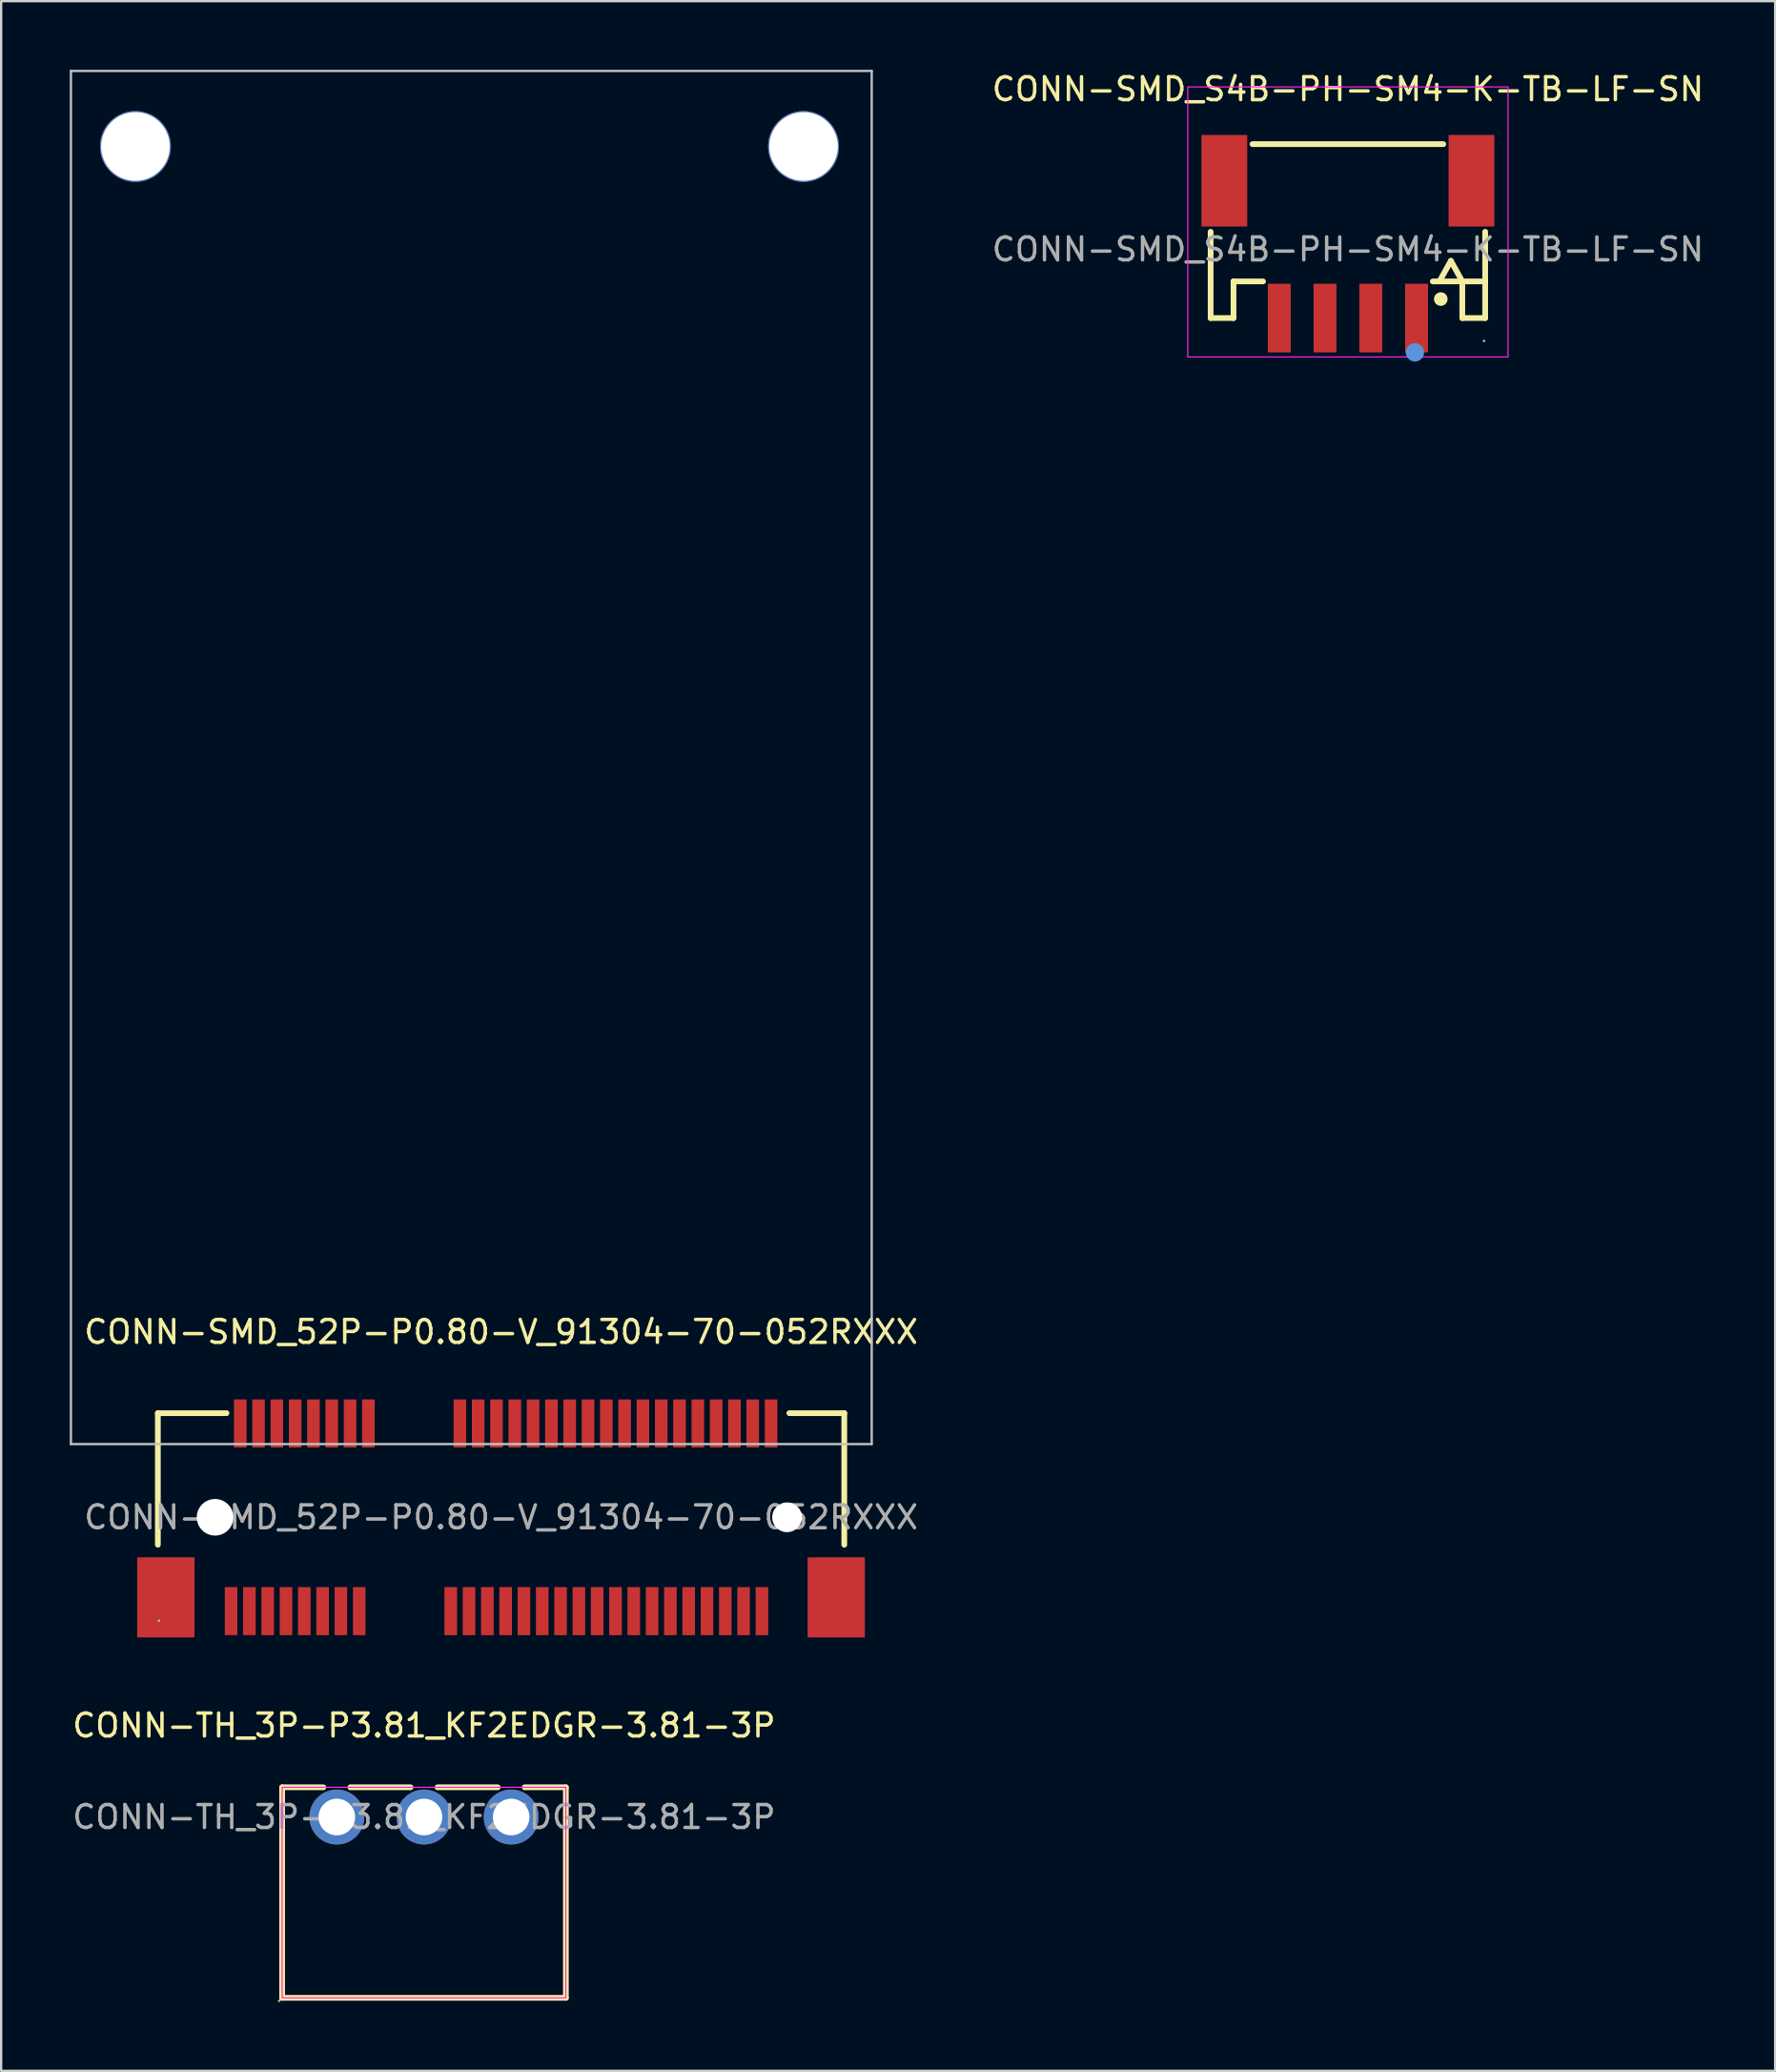
<source format=kicad_pcb>
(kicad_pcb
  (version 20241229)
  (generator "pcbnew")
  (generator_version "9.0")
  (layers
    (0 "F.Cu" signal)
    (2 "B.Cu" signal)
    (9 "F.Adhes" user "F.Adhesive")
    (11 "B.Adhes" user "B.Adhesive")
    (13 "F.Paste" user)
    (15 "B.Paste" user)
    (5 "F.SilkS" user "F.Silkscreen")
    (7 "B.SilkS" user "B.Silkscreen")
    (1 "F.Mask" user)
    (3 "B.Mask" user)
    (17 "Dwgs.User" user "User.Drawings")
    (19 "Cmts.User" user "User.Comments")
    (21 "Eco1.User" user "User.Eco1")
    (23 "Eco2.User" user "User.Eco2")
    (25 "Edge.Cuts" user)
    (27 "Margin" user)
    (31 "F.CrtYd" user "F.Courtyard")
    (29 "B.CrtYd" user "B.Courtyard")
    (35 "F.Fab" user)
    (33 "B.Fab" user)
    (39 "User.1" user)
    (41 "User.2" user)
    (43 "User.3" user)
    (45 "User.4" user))
  (footprint "CONN-SMD_S4B-PH-SM4-K-TB-LF-SN"
    (layer "F.Cu")
    (at 55.862 7.848)
    (property "Reference" "CONN-SMD_S4B-PH-SM4-K-TB-LF-SN" (at 0 -7 0) (layer "F.SilkS") (effects (font (size 1 1) (thickness 0.15))))
    (attr smd)
    (fp_line (start -6 1.4) (end -6 -0.77) (stroke (width 0.25) (type solid)) (layer "F.SilkS"))
    (fp_line (start -6 1.4) (end -6 1.4) (stroke (width 0.25) (type solid)) (layer "F.SilkS"))
    (fp_line (start -6 3) (end -6 1.4) (stroke (width 0.25) (type solid)) (layer "F.SilkS"))
    (fp_line (start -5 1.4) (end -5 1.4) (stroke (width 0.25) (type solid)) (layer "F.SilkS"))
    (fp_line (start -5 1.4) (end -5 3) (stroke (width 0.25) (type solid)) (layer "F.SilkS"))
    (fp_line (start -5 3) (end -6 3) (stroke (width 0.25) (type solid)) (layer "F.SilkS"))
    (fp_line (start -4.17 -4.6) (end 4.17 -4.6) (stroke (width 0.25) (type solid)) (layer "F.SilkS"))
    (fp_line (start -3.71 1.4) (end -5 1.4) (stroke (width 0.25) (type solid)) (layer "F.SilkS"))
    (fp_line (start 4 1.4) (end 4.5 0.5) (stroke (width 0.25) (type solid)) (layer "F.SilkS"))
    (fp_line (start 4.5 0.5) (end 5 1.4) (stroke (width 0.25) (type solid)) (layer "F.SilkS"))
    (fp_line (start 5 3) (end 5 1.4) (stroke (width 0.25) (type solid)) (layer "F.SilkS"))
    (fp_line (start 6 1.4) (end 3.71 1.4) (stroke (width 0.25) (type solid)) (layer "F.SilkS"))
    (fp_line (start 6 1.4) (end 6 -0.77) (stroke (width 0.25) (type solid)) (layer "F.SilkS"))
    (fp_line (start 6 1.4) (end 6 1.4) (stroke (width 0.25) (type solid)) (layer "F.SilkS"))
    (fp_line (start 6 1.4) (end 6 3) (stroke (width 0.25) (type solid)) (layer "F.SilkS"))
    (fp_line (start 6 3) (end 5 3) (stroke (width 0.25) (type solid)) (layer "F.SilkS"))
    (fp_circle (center 4.06 2.17) (end 4.21 2.17) (stroke (width 0.3) (type solid)) (fill no) (layer "F.SilkS"))
    (fp_circle (center 2.93 4.5) (end 3.13 4.5) (stroke (width 0.4) (type solid)) (fill no) (layer "Cmts.User"))
    (fp_rect (start -7 -7.1) (end 7 4.7) (stroke (width 0.05) (type default)) (fill no) (layer "F.CrtYd"))
    (fp_circle (center 5.95 4) (end 5.98 4) (stroke (width 0.06) (type solid)) (fill no) (layer "F.Fab"))
    (fp_text user "${REFERENCE}" (at 0 0 0) (layer "F.Fab") (effects (font (size 1 1) (thickness 0.15))))
    (pad "1" smd rect (at 3 3 90) (size 3 1) (layers "F.Cu" "F.Mask" "F.Paste"))
    (pad "2" smd rect (at 1 3 90) (size 3 1) (layers "F.Cu" "F.Mask" "F.Paste"))
    (pad "3" smd rect (at -1 3 90) (size 3 1) (layers "F.Cu" "F.Mask" "F.Paste"))
    (pad "4" smd rect (at -3 3 90) (size 3 1) (layers "F.Cu" "F.Mask" "F.Paste"))
    (pad "5" smd rect (at -5.4 -3 90) (size 4 2) (layers "F.Cu" "F.Mask" "F.Paste"))
    (pad "6" smd rect (at 5.4 -3 90) (size 4 2) (layers "F.Cu" "F.Mask" "F.Paste")))
  (footprint "CONN-SMD_52P-P0.80-V_91304-70-052RXXX"
    (layer "F.Cu")
    (at 18.85 63.25)
    (property "Reference" "CONN-SMD_52P-P0.80-V_91304-70-052RXXX" (at 0 -8.1 0) (layer "F.SilkS") (effects (font (size 1 1) (thickness 0.15))))
    (attr smd)
    (fp_line (start -15 -4.55) (end -15 1.2) (stroke (width 0.25) (type solid)) (layer "F.SilkS"))
    (fp_line (start -15 -4.55) (end -12 -4.55) (stroke (width 0.25) (type solid)) (layer "F.SilkS"))
    (fp_line (start 12.6 -4.55) (end 15 -4.55) (stroke (width 0.25) (type solid)) (layer "F.SilkS"))
    (fp_line (start 15 -4.55) (end 15 1.2) (stroke (width 0.25) (type solid)) (layer "F.SilkS"))
    (fp_line (start -18.8 -63.2) (end -18.8 -3.2) (stroke (width 0.1) (type default)) (layer "Dwgs.User"))
    (fp_line (start -18.8 -3.2) (end 16.2 -3.2) (stroke (width 0.1) (type default)) (layer "Dwgs.User"))
    (fp_line (start 16.2 -63.2) (end -18.8 -63.2) (stroke (width 0.1) (type default)) (layer "Dwgs.User"))
    (fp_line (start 16.2 -3.2) (end 16.2 -63.2) (stroke (width 0.1) (type default)) (layer "Dwgs.User"))
    (fp_circle (center -12.49 0) (end -12.14 0) (stroke (width 0.7) (type solid)) (fill no) (layer "Cmts.User"))
    (fp_circle (center 12.51 0) (end 12.76 0) (stroke (width 0.5) (type solid)) (fill no) (layer "Cmts.User"))
    (fp_circle (center -14.95 4.52) (end -14.92 4.52) (stroke (width 0.06) (type solid)) (fill no) (layer "F.Fab"))
    (fp_text user "${REFERENCE}" (at 0 0 0) (layer "F.Fab") (effects (font (size 1 1) (thickness 0.15))))
    (pad "" np_thru_hole circle (at -15.98 -59.9) (size 3.1 3.1) (drill 3) (layers "*.Cu" "*.Mask"))
    (pad "" np_thru_hole circle (at -12.5 0) (size 1.6 1.6) (drill 1.6) (layers "*.Cu" "*.Mask"))
    (pad "" np_thru_hole circle (at 12.5 0) (size 1.3 1.3) (drill 1.3) (layers "*.Cu" "*.Mask"))
    (pad "" np_thru_hole circle (at 13.22 -59.9) (size 3.1 3.1) (drill 3) (layers "*.Cu" "*.Mask"))
    (pad "1" smd rect (at -11.8 4.1) (size 0.55 2.1) (layers "F.Cu" "F.Mask" "F.Paste"))
    (pad "2" smd rect (at -11.4 -4.1) (size 0.55 2.1) (layers "F.Cu" "F.Mask" "F.Paste"))
    (pad "3" smd rect (at -11 4.1) (size 0.55 2.1) (layers "F.Cu" "F.Mask" "F.Paste"))
    (pad "4" smd rect (at -10.6 -4.1) (size 0.55 2.1) (layers "F.Cu" "F.Mask" "F.Paste"))
    (pad "5" smd rect (at -10.2 4.1) (size 0.55 2.1) (layers "F.Cu" "F.Mask" "F.Paste"))
    (pad "6" smd rect (at -9.8 -4.1) (size 0.55 2.1) (layers "F.Cu" "F.Mask" "F.Paste"))
    (pad "7" smd rect (at -9.4 4.1) (size 0.55 2.1) (layers "F.Cu" "F.Mask" "F.Paste"))
    (pad "8" smd rect (at -9 -4.1) (size 0.55 2.1) (layers "F.Cu" "F.Mask" "F.Paste"))
    (pad "9" smd rect (at -8.6 4.1) (size 0.55 2.1) (layers "F.Cu" "F.Mask" "F.Paste"))
    (pad "10" smd rect (at -8.2 -4.1) (size 0.55 2.1) (layers "F.Cu" "F.Mask" "F.Paste"))
    (pad "11" smd rect (at -7.8 4.1) (size 0.55 2.1) (layers "F.Cu" "F.Mask" "F.Paste"))
    (pad "12" smd rect (at -7.4 -4.1) (size 0.55 2.1) (layers "F.Cu" "F.Mask" "F.Paste"))
    (pad "13" smd rect (at -7 4.1) (size 0.55 2.1) (layers "F.Cu" "F.Mask" "F.Paste"))
    (pad "14" smd rect (at -6.6 -4.1) (size 0.55 2.1) (layers "F.Cu" "F.Mask" "F.Paste"))
    (pad "15" smd rect (at -6.2 4.1) (size 0.55 2.1) (layers "F.Cu" "F.Mask" "F.Paste"))
    (pad "16" smd rect (at -5.8 -4.1) (size 0.55 2.1) (layers "F.Cu" "F.Mask" "F.Paste"))
    (pad "17" smd rect (at -2.2 4.1) (size 0.55 2.1) (layers "F.Cu" "F.Mask" "F.Paste"))
    (pad "18" smd rect (at -1.8 -4.1) (size 0.55 2.1) (layers "F.Cu" "F.Mask" "F.Paste"))
    (pad "19" smd rect (at -1.4 4.1) (size 0.55 2.1) (layers "F.Cu" "F.Mask" "F.Paste"))
    (pad "20" smd rect (at -1 -4.1) (size 0.55 2.1) (layers "F.Cu" "F.Mask" "F.Paste"))
    (pad "21" smd rect (at -0.6 4.1) (size 0.55 2.1) (layers "F.Cu" "F.Mask" "F.Paste"))
    (pad "22" smd rect (at -0.2 -4.1) (size 0.55 2.1) (layers "F.Cu" "F.Mask" "F.Paste"))
    (pad "23" smd rect (at 0.2 4.1) (size 0.55 2.1) (layers "F.Cu" "F.Mask" "F.Paste"))
    (pad "24" smd rect (at 0.6 -4.1) (size 0.55 2.1) (layers "F.Cu" "F.Mask" "F.Paste"))
    (pad "25" smd rect (at 1 4.1) (size 0.55 2.1) (layers "F.Cu" "F.Mask" "F.Paste"))
    (pad "26" smd rect (at 1.4 -4.1) (size 0.55 2.1) (layers "F.Cu" "F.Mask" "F.Paste"))
    (pad "27" smd rect (at 1.8 4.1) (size 0.55 2.1) (layers "F.Cu" "F.Mask" "F.Paste"))
    (pad "28" smd rect (at 2.2 -4.1) (size 0.55 2.1) (layers "F.Cu" "F.Mask" "F.Paste"))
    (pad "29" smd rect (at 2.6 4.1) (size 0.55 2.1) (layers "F.Cu" "F.Mask" "F.Paste"))
    (pad "30" smd rect (at 3 -4.1) (size 0.55 2.1) (layers "F.Cu" "F.Mask" "F.Paste"))
    (pad "31" smd rect (at 3.4 4.1) (size 0.55 2.1) (layers "F.Cu" "F.Mask" "F.Paste"))
    (pad "32" smd rect (at 3.8 -4.1) (size 0.55 2.1) (layers "F.Cu" "F.Mask" "F.Paste"))
    (pad "33" smd rect (at 4.2 4.1) (size 0.55 2.1) (layers "F.Cu" "F.Mask" "F.Paste"))
    (pad "34" smd rect (at 4.6 -4.1) (size 0.55 2.1) (layers "F.Cu" "F.Mask" "F.Paste"))
    (pad "35" smd rect (at 5 4.1) (size 0.55 2.1) (layers "F.Cu" "F.Mask" "F.Paste"))
    (pad "36" smd rect (at 5.4 -4.1) (size 0.55 2.1) (layers "F.Cu" "F.Mask" "F.Paste"))
    (pad "37" smd rect (at 5.8 4.1) (size 0.55 2.1) (layers "F.Cu" "F.Mask" "F.Paste"))
    (pad "38" smd rect (at 6.2 -4.1) (size 0.55 2.1) (layers "F.Cu" "F.Mask" "F.Paste"))
    (pad "39" smd rect (at 6.6 4.1) (size 0.55 2.1) (layers "F.Cu" "F.Mask" "F.Paste"))
    (pad "40" smd rect (at 7 -4.1) (size 0.55 2.1) (layers "F.Cu" "F.Mask" "F.Paste"))
    (pad "41" smd rect (at 7.4 4.1) (size 0.55 2.1) (layers "F.Cu" "F.Mask" "F.Paste"))
    (pad "42" smd rect (at 7.8 -4.1) (size 0.55 2.1) (layers "F.Cu" "F.Mask" "F.Paste"))
    (pad "43" smd rect (at 8.2 4.1) (size 0.55 2.1) (layers "F.Cu" "F.Mask" "F.Paste"))
    (pad "44" smd rect (at 8.6 -4.1) (size 0.55 2.1) (layers "F.Cu" "F.Mask" "F.Paste"))
    (pad "45" smd rect (at 9 4.1) (size 0.55 2.1) (layers "F.Cu" "F.Mask" "F.Paste"))
    (pad "46" smd rect (at 9.4 -4.1) (size 0.55 2.1) (layers "F.Cu" "F.Mask" "F.Paste"))
    (pad "47" smd rect (at 9.8 4.1) (size 0.55 2.1) (layers "F.Cu" "F.Mask" "F.Paste"))
    (pad "48" smd rect (at 10.2 -4.1) (size 0.55 2.1) (layers "F.Cu" "F.Mask" "F.Paste"))
    (pad "49" smd rect (at 10.6 4.1) (size 0.55 2.1) (layers "F.Cu" "F.Mask" "F.Paste"))
    (pad "50" smd rect (at 11 -4.1) (size 0.55 2.1) (layers "F.Cu" "F.Mask" "F.Paste"))
    (pad "51" smd rect (at 11.4 4.1) (size 0.55 2.1) (layers "F.Cu" "F.Mask" "F.Paste"))
    (pad "52" smd rect (at 11.8 -4.1) (size 0.55 2.1) (layers "F.Cu" "F.Mask" "F.Paste"))
    (pad "53" smd rect (at -14.65 3.5) (size 2.5 3.5) (layers "F.Cu" "F.Mask" "F.Paste"))
    (pad "54" smd rect (at 14.65 3.5) (size 2.5 3.5) (layers "F.Cu" "F.Mask" "F.Paste")))
  (footprint "CONN-TH_3P-P3.81_KF2EDGR-3.81-3P"
    (layer "F.Cu")
    (at 15.482 76.348)
    (property "Reference" "CONN-TH_3P-P3.81_KF2EDGR-3.81-3P" (at 0 -4 0) (layer "F.SilkS") (effects (font (size 1 1) (thickness 0.15))))
    (attr through_hole)
    (fp_line (start -6.2 -1.3) (end -6.2 7.9) (stroke (width 0.25) (type solid)) (layer "F.SilkS"))
    (fp_line (start -6.2 -1.3) (end -4.4 -1.3) (stroke (width 0.25) (type solid)) (layer "F.SilkS"))
    (fp_line (start -6.2 7.9) (end 6.2 7.9) (stroke (width 0.25) (type solid)) (layer "F.SilkS"))
    (fp_line (start -3.22 -1.3) (end -0.59 -1.3) (stroke (width 0.25) (type solid)) (layer "F.SilkS"))
    (fp_line (start 0.59 -1.3) (end 3.22 -1.3) (stroke (width 0.25) (type solid)) (layer "F.SilkS"))
    (fp_line (start 4.4 -1.3) (end 6.2 -1.3) (stroke (width 0.25) (type solid)) (layer "F.SilkS"))
    (fp_line (start 6.2 -1.3) (end 6.2 7.9) (stroke (width 0.25) (type solid)) (layer "F.SilkS"))
    (fp_rect (start -6.2 -1.3) (end 6.2 7.9) (stroke (width 0.05) (type default)) (fill no) (layer "F.CrtYd"))
    (fp_circle (center -6.33 8.03) (end -6.3 8.03) (stroke (width 0.06) (type solid)) (fill no) (layer "F.Fab"))
    (fp_circle (center -3.81 0) (end -3.46 0) (stroke (width 0.7) (type solid)) (fill no) (layer "F.Fab"))
    (fp_circle (center 0 0) (end 0.35 0) (stroke (width 0.7) (type solid)) (fill no) (layer "F.Fab"))
    (fp_circle (center 3.81 0) (end 4.16 0) (stroke (width 0.7) (type solid)) (fill no) (layer "F.Fab"))
    (fp_text user "${REFERENCE}" (at 0 0 0) (layer "F.Fab") (effects (font (size 1 1) (thickness 0.15))))
    (pad "1" thru_hole circle (at -3.81 0) (size 2.4 2.4) (drill 1.6) (layers "*.Cu" "*.Mask"))
    (pad "2" thru_hole circle (at 0 0) (size 2.4 2.4) (drill 1.6) (layers "*.Cu" "*.Mask"))
    (pad "3" thru_hole circle (at 3.81 0) (size 2.4 2.4) (drill 1.6) (layers "*.Cu" "*.Mask")))
  (gr_rect
    (start -3 -3)
    (end 74.535 87.438)
    (stroke (width 0.1) (type default))
    (fill no)
    (layer "Edge.Cuts")))
</source>
